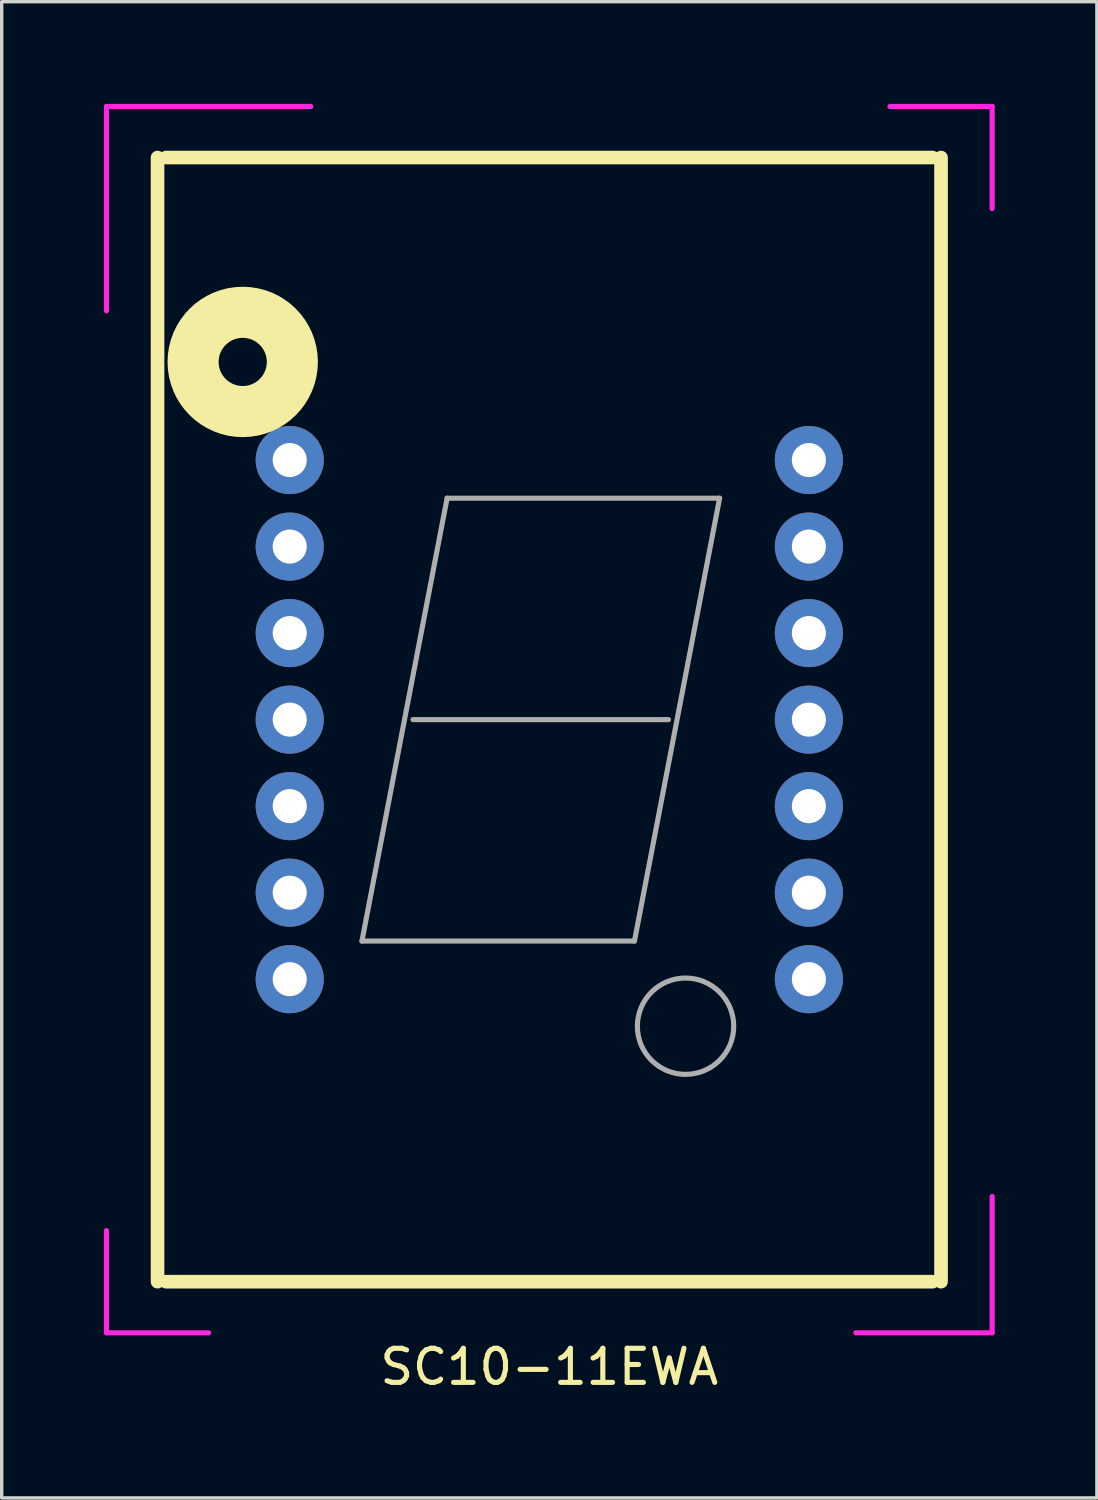
<source format=kicad_pcb>
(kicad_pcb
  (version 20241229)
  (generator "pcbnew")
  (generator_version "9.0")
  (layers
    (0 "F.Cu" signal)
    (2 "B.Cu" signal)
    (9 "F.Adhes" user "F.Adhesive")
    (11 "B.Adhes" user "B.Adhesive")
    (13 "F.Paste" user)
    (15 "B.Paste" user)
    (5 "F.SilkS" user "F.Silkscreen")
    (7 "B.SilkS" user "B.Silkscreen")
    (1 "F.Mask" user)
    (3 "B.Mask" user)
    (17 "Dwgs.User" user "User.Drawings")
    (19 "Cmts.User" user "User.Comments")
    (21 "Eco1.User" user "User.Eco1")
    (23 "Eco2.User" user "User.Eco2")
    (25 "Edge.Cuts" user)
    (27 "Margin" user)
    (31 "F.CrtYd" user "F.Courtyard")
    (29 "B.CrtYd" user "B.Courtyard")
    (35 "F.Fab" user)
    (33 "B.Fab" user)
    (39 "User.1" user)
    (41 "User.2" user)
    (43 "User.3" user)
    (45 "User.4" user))
  (footprint "SC10-11EWA"
    (layer "F.Cu")
    (at 13.075 18.075)
    (property "Reference" "SC10-11EWA" (at 0 19 0) (layer "F.SilkS") (effects (font (size 1 1) (thickness 0.15))))
    (attr through_hole)
    (fp_line (start -11.5 -16.5) (end -11.5 16.5) (stroke (width 0.4) (type solid)) (layer "F.SilkS"))
    (fp_line (start -11.25 -16.5) (end 11.25 -16.5) (stroke (width 0.4) (type solid)) (layer "F.SilkS"))
    (fp_line (start -11.25 16.5) (end 11.25 16.5) (stroke (width 0.4) (type solid)) (layer "F.SilkS"))
    (fp_line (start 11.5 16.5) (end 11.5 -16.5) (stroke (width 0.4) (type solid)) (layer "F.SilkS"))
    (fp_circle (center -9 -10.5) (end -9.5 -10) (stroke (width 1.5) (type solid)) (fill no) (layer "F.SilkS"))
    (fp_line (start -13 -18) (end -13 -12) (stroke (width 0.15) (type solid)) (layer "F.CrtYd"))
    (fp_line (start -13 15) (end -13 18) (stroke (width 0.15) (type solid)) (layer "F.CrtYd"))
    (fp_line (start -13 18) (end -10 18) (stroke (width 0.15) (type solid)) (layer "F.CrtYd"))
    (fp_line (start -7 -18) (end -13 -18) (stroke (width 0.15) (type solid)) (layer "F.CrtYd"))
    (fp_line (start 9 18) (end 13 18) (stroke (width 0.15) (type solid)) (layer "F.CrtYd"))
    (fp_line (start 10 -18) (end 13 -18) (stroke (width 0.15) (type solid)) (layer "F.CrtYd"))
    (fp_line (start 13 -18) (end 13 -15) (stroke (width 0.15) (type solid)) (layer "F.CrtYd"))
    (fp_line (start 13 18) (end 13 14) (stroke (width 0.15) (type solid)) (layer "F.CrtYd"))
    (fp_line (start -5.5 6.5) (end 2.5 6.5) (stroke (width 0.15) (type solid)) (layer "F.Fab"))
    (fp_line (start -4 0) (end 3.5 0) (stroke (width 0.15) (type solid)) (layer "F.Fab"))
    (fp_line (start -3 -6.5) (end -5.5 6.5) (stroke (width 0.15) (type solid)) (layer "F.Fab"))
    (fp_line (start -3 -6.5) (end 5 -6.5) (stroke (width 0.15) (type solid)) (layer "F.Fab"))
    (fp_line (start 5 -6.5) (end 2.5 6.5) (stroke (width 0.15) (type solid)) (layer "F.Fab"))
    (fp_circle (center 4 9) (end 5 10) (stroke (width 0.15) (type solid)) (fill no) (layer "F.Fab"))
    (pad "1" thru_hole circle (at -7.62 -7.62) (size 2 2) (drill 1) (layers "*.Cu" "*.Mask"))
    (pad "2" thru_hole circle (at -7.62 -5.08) (size 2 2) (drill 1) (layers "*.Cu" "*.Mask"))
    (pad "3" thru_hole circle (at -7.62 -2.54) (size 2 2) (drill 1) (layers "*.Cu" "*.Mask"))
    (pad "4" thru_hole circle (at -7.62 0) (size 2 2) (drill 1) (layers "*.Cu" "*.Mask"))
    (pad "5" thru_hole circle (at -7.62 2.54) (size 2 2) (drill 1) (layers "*.Cu" "*.Mask"))
    (pad "6" thru_hole circle (at -7.62 5.08) (size 2 2) (drill 1) (layers "*.Cu" "*.Mask"))
    (pad "7" thru_hole circle (at -7.62 7.62) (size 2 2) (drill 1) (layers "*.Cu" "*.Mask"))
    (pad "8" thru_hole circle (at 7.62 7.62) (size 2 2) (drill 1) (layers "*.Cu" "*.Mask"))
    (pad "9" thru_hole circle (at 7.62 5.08) (size 2 2) (drill 1) (layers "*.Cu" "*.Mask"))
    (pad "10" thru_hole circle (at 7.62 2.54) (size 2 2) (drill 1) (layers "*.Cu" "*.Mask"))
    (pad "11" thru_hole circle (at 7.62 0) (size 2 2) (drill 1) (layers "*.Cu" "*.Mask"))
    (pad "12" thru_hole circle (at 7.62 -2.54) (size 2 2) (drill 1) (layers "*.Cu" "*.Mask"))
    (pad "13" thru_hole circle (at 7.62 -5.08) (size 2 2) (drill 1) (layers "*.Cu" "*.Mask"))
    (pad "14" thru_hole circle (at 7.62 -7.62) (size 2 2) (drill 1) (layers "*.Cu" "*.Mask")))
  (gr_rect
    (start -3 -3)
    (end 29.15 40.923)
    (stroke (width 0.1) (type default))
    (fill no)
    (layer "Edge.Cuts")))
</source>
